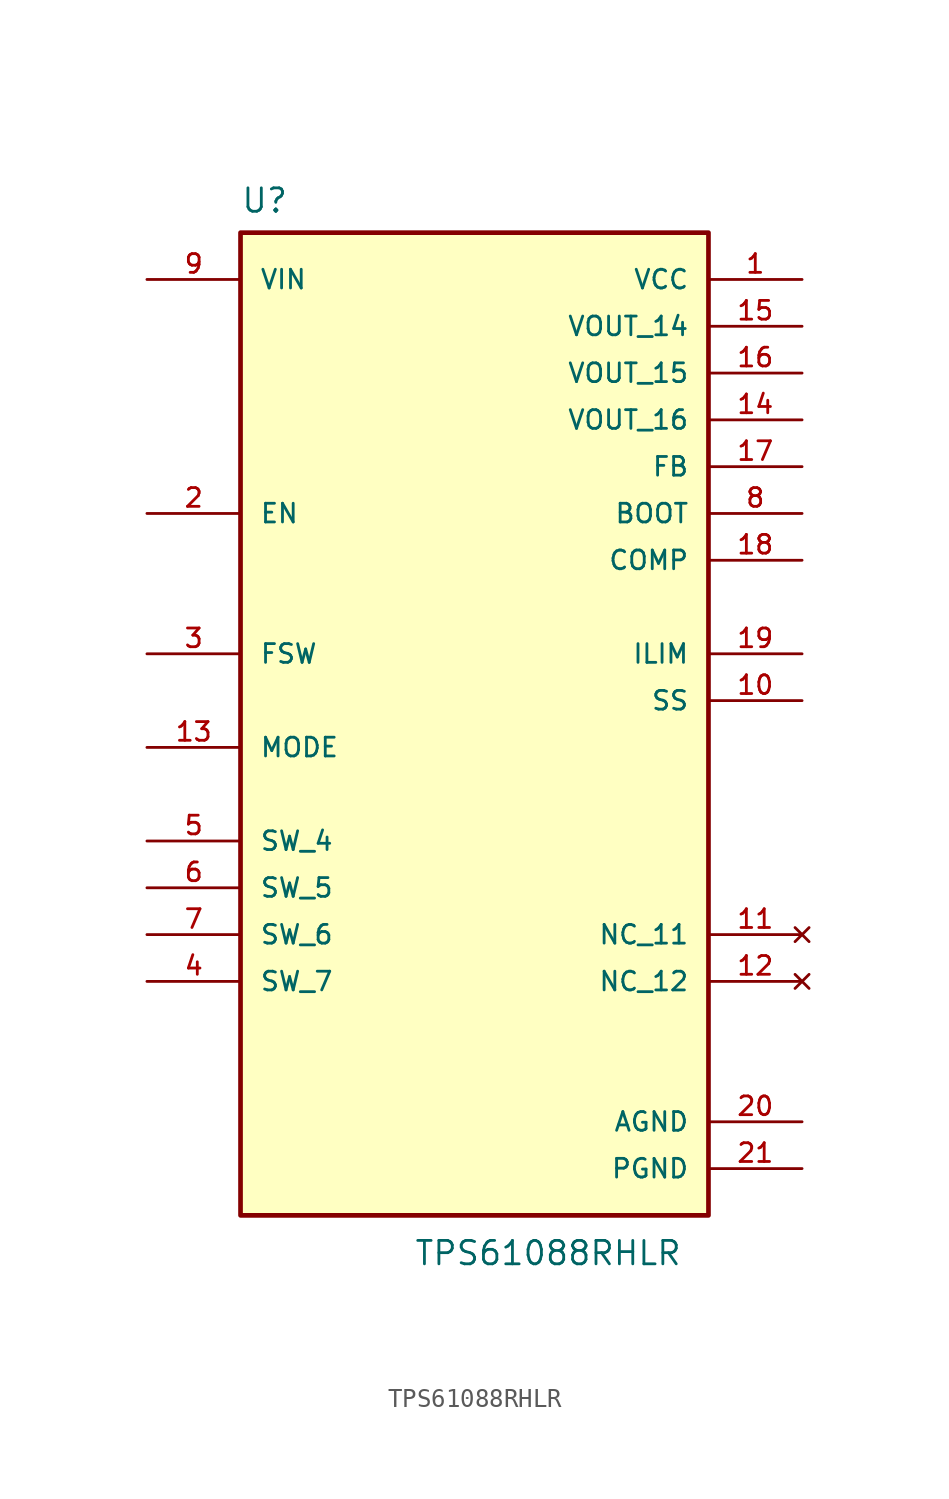
<source format=kicad_sym>
(kicad_symbol_lib
  (version 20241209)
  (generator "kicad_symbol_editor")
  (generator_version "9.0")
  (symbol "TPS61088RHLR"
    (pin_names
      (offset 1.016))
    (property "Reference" "U"
      (at -12.7 26.4 0)
      (effects (font (size 1.27 1.27)) (justify left bottom)))
    (property "Value" "TPS61088RHLR"
      (at -3.302 -30.734 0)
      (effects (font (size 1.27 1.27)) (justify left bottom)))
    (symbol "TPS61088RHLR_0_0"
      (rectangle (start -12.7 -27.94) (end 12.7 25.4) (stroke (width 0.254) (type default)) (fill (type background)))
      (pin input line (at -17.78 22.86 0) (length 5.08) (name "VIN" (effects (font (size 1.016 1.016)))) (number "9" (effects (font (size 1.016 1.016)))))
      (pin input line (at -17.78 10.16 0) (length 5.08) (name "EN" (effects (font (size 1.016 1.016)))) (number "2" (effects (font (size 1.016 1.016)))))
      (pin input line (at -17.78 2.54 0) (length 5.08) (name "FSW" (effects (font (size 1.016 1.016)))) (number "3" (effects (font (size 1.016 1.016)))))
      (pin input line (at -17.78 -2.54 0) (length 5.08) (name "MODE" (effects (font (size 1.016 1.016)))) (number "13" (effects (font (size 1.016 1.016)))))
      (pin input line (at -17.78 -7.62 0) (length 5.08) (name "SW_4" (effects (font (size 1.016 1.016)))) (number "5" (effects (font (size 1.016 1.016)))))
      (pin input line (at -17.78 -10.16 0) (length 5.08) (name "SW_5" (effects (font (size 1.016 1.016)))) (number "6" (effects (font (size 1.016 1.016)))))
      (pin input line (at -17.78 -12.7 0) (length 5.08) (name "SW_6" (effects (font (size 1.016 1.016)))) (number "7" (effects (font (size 1.016 1.016)))))
      (pin input line (at -17.78 -15.24 0) (length 5.08) (name "SW_7" (effects (font (size 1.016 1.016)))) (number "4" (effects (font (size 1.016 1.016)))))
      (pin output line (at 17.78 22.86 180) (length 5.08) (name "VCC" (effects (font (size 1.016 1.016)))) (number "1" (effects (font (size 1.016 1.016)))))
      (pin output line (at 17.78 20.32 180) (length 5.08) (name "VOUT_14" (effects (font (size 1.016 1.016)))) (number "15" (effects (font (size 1.016 1.016)))))
      (pin output line (at 17.78 17.78 180) (length 5.08) (name "VOUT_15" (effects (font (size 1.016 1.016)))) (number "16" (effects (font (size 1.016 1.016)))))
      (pin output line (at 17.78 15.24 180) (length 5.08) (name "VOUT_16" (effects (font (size 1.016 1.016)))) (number "14" (effects (font (size 1.016 1.016)))))
      (pin input line (at 17.78 12.7 180) (length 5.08) (name "FB" (effects (font (size 1.016 1.016)))) (number "17" (effects (font (size 1.016 1.016)))))
      (pin output line (at 17.78 10.16 180) (length 5.08) (name "BOOT" (effects (font (size 1.016 1.016)))) (number "8" (effects (font (size 1.016 1.016)))))
      (pin output line (at 17.78 7.62 180) (length 5.08) (name "COMP" (effects (font (size 1.016 1.016)))) (number "18" (effects (font (size 1.016 1.016)))))
      (pin output line (at 17.78 2.54 180) (length 5.08) (name "ILIM" (effects (font (size 1.016 1.016)))) (number "19" (effects (font (size 1.016 1.016)))))
      (pin output line (at 17.78 0 180) (length 5.08) (name "SS" (effects (font (size 1.016 1.016)))) (number "10" (effects (font (size 1.016 1.016)))))
      (pin no_connect line (at 17.78 -12.7 180) (length 5.08) (name "NC_11" (effects (font (size 1.016 1.016)))) (number "11" (effects (font (size 1.016 1.016)))))
      (pin no_connect line (at 17.78 -15.24 180) (length 5.08) (name "NC_12" (effects (font (size 1.016 1.016)))) (number "12" (effects (font (size 1.016 1.016)))))
      (pin power_in line (at 17.78 -22.86 180) (length 5.08) (name "AGND" (effects (font (size 1.016 1.016)))) (number "20" (effects (font (size 1.016 1.016)))))
      (pin power_in line (at 17.78 -25.4 180) (length 5.08) (name "PGND" (effects (font (size 1.016 1.016)))) (number "21" (effects (font (size 1.016 1.016)))))
      (pin power_in line (at 17.78 -25.4 180) (length 5.08) (hide yes) (name "PGND" (effects (font (size 1.016 1.016)))) (number "22" (effects (font (size 1.016 1.016)))))
      (pin power_in line (at 17.78 -25.4 180) (length 5.08) (hide yes) (name "PGND" (effects (font (size 1.016 1.016)))) (number "23" (effects (font (size 1.016 1.016)))))
      (pin power_in line (at 17.78 -25.4 180) (length 5.08) (hide yes) (name "PGND" (effects (font (size 1.016 1.016)))) (number "24" (effects (font (size 1.016 1.016)))))
      (pin power_in line (at 17.78 -25.4 180) (length 5.08) (hide yes) (name "PGND" (effects (font (size 1.016 1.016)))) (number "25" (effects (font (size 1.016 1.016)))))
      (pin power_in line (at 17.78 -25.4 180) (length 5.08) (hide yes) (name "PGND" (effects (font (size 1.016 1.016)))) (number "26" (effects (font (size 1.016 1.016)))))
      (pin power_in line (at 17.78 -25.4 180) (length 5.08) (hide yes) (name "PGND" (effects (font (size 1.016 1.016)))) (number "27" (effects (font (size 1.016 1.016)))))
      (pin power_in line (at 17.78 -25.4 180) (length 5.08) (hide yes) (name "PGND" (effects (font (size 1.016 1.016)))) (number "28" (effects (font (size 1.016 1.016)))))
      (pin power_in line (at 17.78 -25.4 180) (length 5.08) (hide yes) (name "PGND" (effects (font (size 1.016 1.016)))) (number "29" (effects (font (size 1.016 1.016))))))))
</source>
